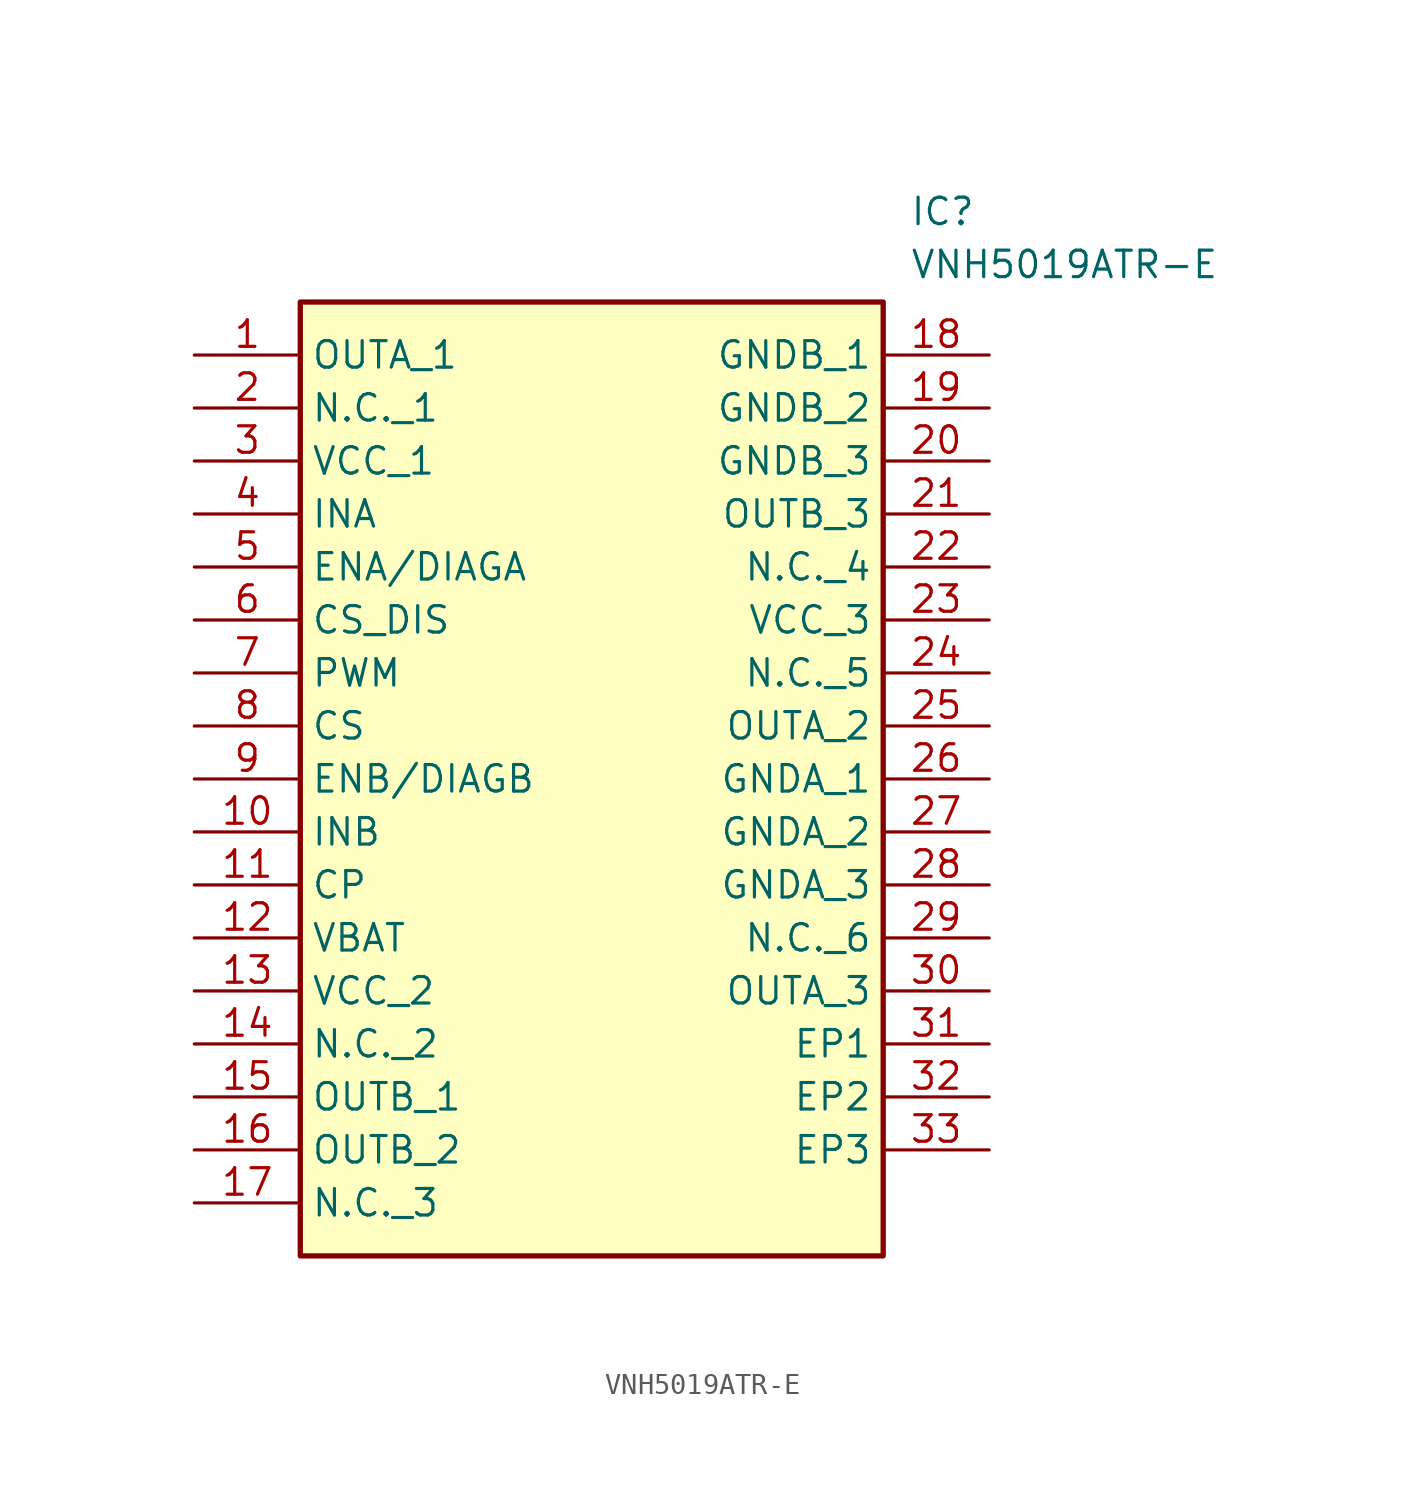
<source format=kicad_sym>
(kicad_symbol_lib
  (version 20211014)
  (generator SamacSys_ECAD_Model)
  (symbol "VNH5019ATR-E"
    (property "Reference" "IC"
      (at 34.29 7.62 0)
      (effects (font (size 1.27 1.27)) (justify left top)))
    (property "Value" "VNH5019ATR-E"
      (at 34.29 5.08 0)
      (effects (font (size 1.27 1.27)) (justify left top)))
    (rectangle
      (start 5.08 2.54)
      (end 33.02 -43.18)
      (stroke (width 0.254) (type default))
      (fill (type background)))
    (pin passive line
      (at 0 0 0)
      (length 5.08)
      (name "OUTA_1" (effects (font (size 1.27 1.27))))
      (number "1" (effects (font (size 1.27 1.27)))))
    (pin passive line
      (at 0 -2.54 0)
      (length 5.08)
      (name "N.C._1" (effects (font (size 1.27 1.27))))
      (number "2" (effects (font (size 1.27 1.27)))))
    (pin passive line
      (at 0 -5.08 0)
      (length 5.08)
      (name "VCC_1" (effects (font (size 1.27 1.27))))
      (number "3" (effects (font (size 1.27 1.27)))))
    (pin passive line
      (at 0 -7.62 0)
      (length 5.08)
      (name "INA" (effects (font (size 1.27 1.27))))
      (number "4" (effects (font (size 1.27 1.27)))))
    (pin passive line
      (at 0 -10.16 0)
      (length 5.08)
      (name "ENA/DIAGA" (effects (font (size 1.27 1.27))))
      (number "5" (effects (font (size 1.27 1.27)))))
    (pin passive line
      (at 0 -12.7 0)
      (length 5.08)
      (name "CS_DIS" (effects (font (size 1.27 1.27))))
      (number "6" (effects (font (size 1.27 1.27)))))
    (pin passive line
      (at 0 -15.24 0)
      (length 5.08)
      (name "PWM" (effects (font (size 1.27 1.27))))
      (number "7" (effects (font (size 1.27 1.27)))))
    (pin passive line
      (at 0 -17.78 0)
      (length 5.08)
      (name "CS" (effects (font (size 1.27 1.27))))
      (number "8" (effects (font (size 1.27 1.27)))))
    (pin passive line
      (at 0 -20.32 0)
      (length 5.08)
      (name "ENB/DIAGB" (effects (font (size 1.27 1.27))))
      (number "9" (effects (font (size 1.27 1.27)))))
    (pin passive line
      (at 0 -22.86 0)
      (length 5.08)
      (name "INB" (effects (font (size 1.27 1.27))))
      (number "10" (effects (font (size 1.27 1.27)))))
    (pin passive line
      (at 0 -25.4 0)
      (length 5.08)
      (name "CP" (effects (font (size 1.27 1.27))))
      (number "11" (effects (font (size 1.27 1.27)))))
    (pin passive line
      (at 0 -27.94 0)
      (length 5.08)
      (name "VBAT" (effects (font (size 1.27 1.27))))
      (number "12" (effects (font (size 1.27 1.27)))))
    (pin passive line
      (at 0 -30.48 0)
      (length 5.08)
      (name "VCC_2" (effects (font (size 1.27 1.27))))
      (number "13" (effects (font (size 1.27 1.27)))))
    (pin passive line
      (at 0 -33.02 0)
      (length 5.08)
      (name "N.C._2" (effects (font (size 1.27 1.27))))
      (number "14" (effects (font (size 1.27 1.27)))))
    (pin passive line
      (at 0 -35.56 0)
      (length 5.08)
      (name "OUTB_1" (effects (font (size 1.27 1.27))))
      (number "15" (effects (font (size 1.27 1.27)))))
    (pin passive line
      (at 0 -38.1 0)
      (length 5.08)
      (name "OUTB_2" (effects (font (size 1.27 1.27))))
      (number "16" (effects (font (size 1.27 1.27)))))
    (pin passive line
      (at 0 -40.64 0)
      (length 5.08)
      (name "N.C._3" (effects (font (size 1.27 1.27))))
      (number "17" (effects (font (size 1.27 1.27)))))
    (pin passive line
      (at 38.1 0 180)
      (length 5.08)
      (name "GNDB_1" (effects (font (size 1.27 1.27))))
      (number "18" (effects (font (size 1.27 1.27)))))
    (pin passive line
      (at 38.1 -2.54 180)
      (length 5.08)
      (name "GNDB_2" (effects (font (size 1.27 1.27))))
      (number "19" (effects (font (size 1.27 1.27)))))
    (pin passive line
      (at 38.1 -5.08 180)
      (length 5.08)
      (name "GNDB_3" (effects (font (size 1.27 1.27))))
      (number "20" (effects (font (size 1.27 1.27)))))
    (pin passive line
      (at 38.1 -7.62 180)
      (length 5.08)
      (name "OUTB_3" (effects (font (size 1.27 1.27))))
      (number "21" (effects (font (size 1.27 1.27)))))
    (pin passive line
      (at 38.1 -10.16 180)
      (length 5.08)
      (name "N.C._4" (effects (font (size 1.27 1.27))))
      (number "22" (effects (font (size 1.27 1.27)))))
    (pin passive line
      (at 38.1 -12.7 180)
      (length 5.08)
      (name "VCC_3" (effects (font (size 1.27 1.27))))
      (number "23" (effects (font (size 1.27 1.27)))))
    (pin passive line
      (at 38.1 -15.24 180)
      (length 5.08)
      (name "N.C._5" (effects (font (size 1.27 1.27))))
      (number "24" (effects (font (size 1.27 1.27)))))
    (pin passive line
      (at 38.1 -17.78 180)
      (length 5.08)
      (name "OUTA_2" (effects (font (size 1.27 1.27))))
      (number "25" (effects (font (size 1.27 1.27)))))
    (pin passive line
      (at 38.1 -20.32 180)
      (length 5.08)
      (name "GNDA_1" (effects (font (size 1.27 1.27))))
      (number "26" (effects (font (size 1.27 1.27)))))
    (pin passive line
      (at 38.1 -22.86 180)
      (length 5.08)
      (name "GNDA_2" (effects (font (size 1.27 1.27))))
      (number "27" (effects (font (size 1.27 1.27)))))
    (pin passive line
      (at 38.1 -25.4 180)
      (length 5.08)
      (name "GNDA_3" (effects (font (size 1.27 1.27))))
      (number "28" (effects (font (size 1.27 1.27)))))
    (pin passive line
      (at 38.1 -27.94 180)
      (length 5.08)
      (name "N.C._6" (effects (font (size 1.27 1.27))))
      (number "29" (effects (font (size 1.27 1.27)))))
    (pin passive line
      (at 38.1 -30.48 180)
      (length 5.08)
      (name "OUTA_3" (effects (font (size 1.27 1.27))))
      (number "30" (effects (font (size 1.27 1.27)))))
    (pin passive line
      (at 38.1 -33.02 180)
      (length 5.08)
      (name "EP1" (effects (font (size 1.27 1.27))))
      (number "31" (effects (font (size 1.27 1.27)))))
    (pin passive line
      (at 38.1 -35.56 180)
      (length 5.08)
      (name "EP2" (effects (font (size 1.27 1.27))))
      (number "32" (effects (font (size 1.27 1.27)))))
    (pin passive line
      (at 38.1 -38.1 180)
      (length 5.08)
      (name "EP3" (effects (font (size 1.27 1.27))))
      (number "33" (effects (font (size 1.27 1.27)))))))
</source>
